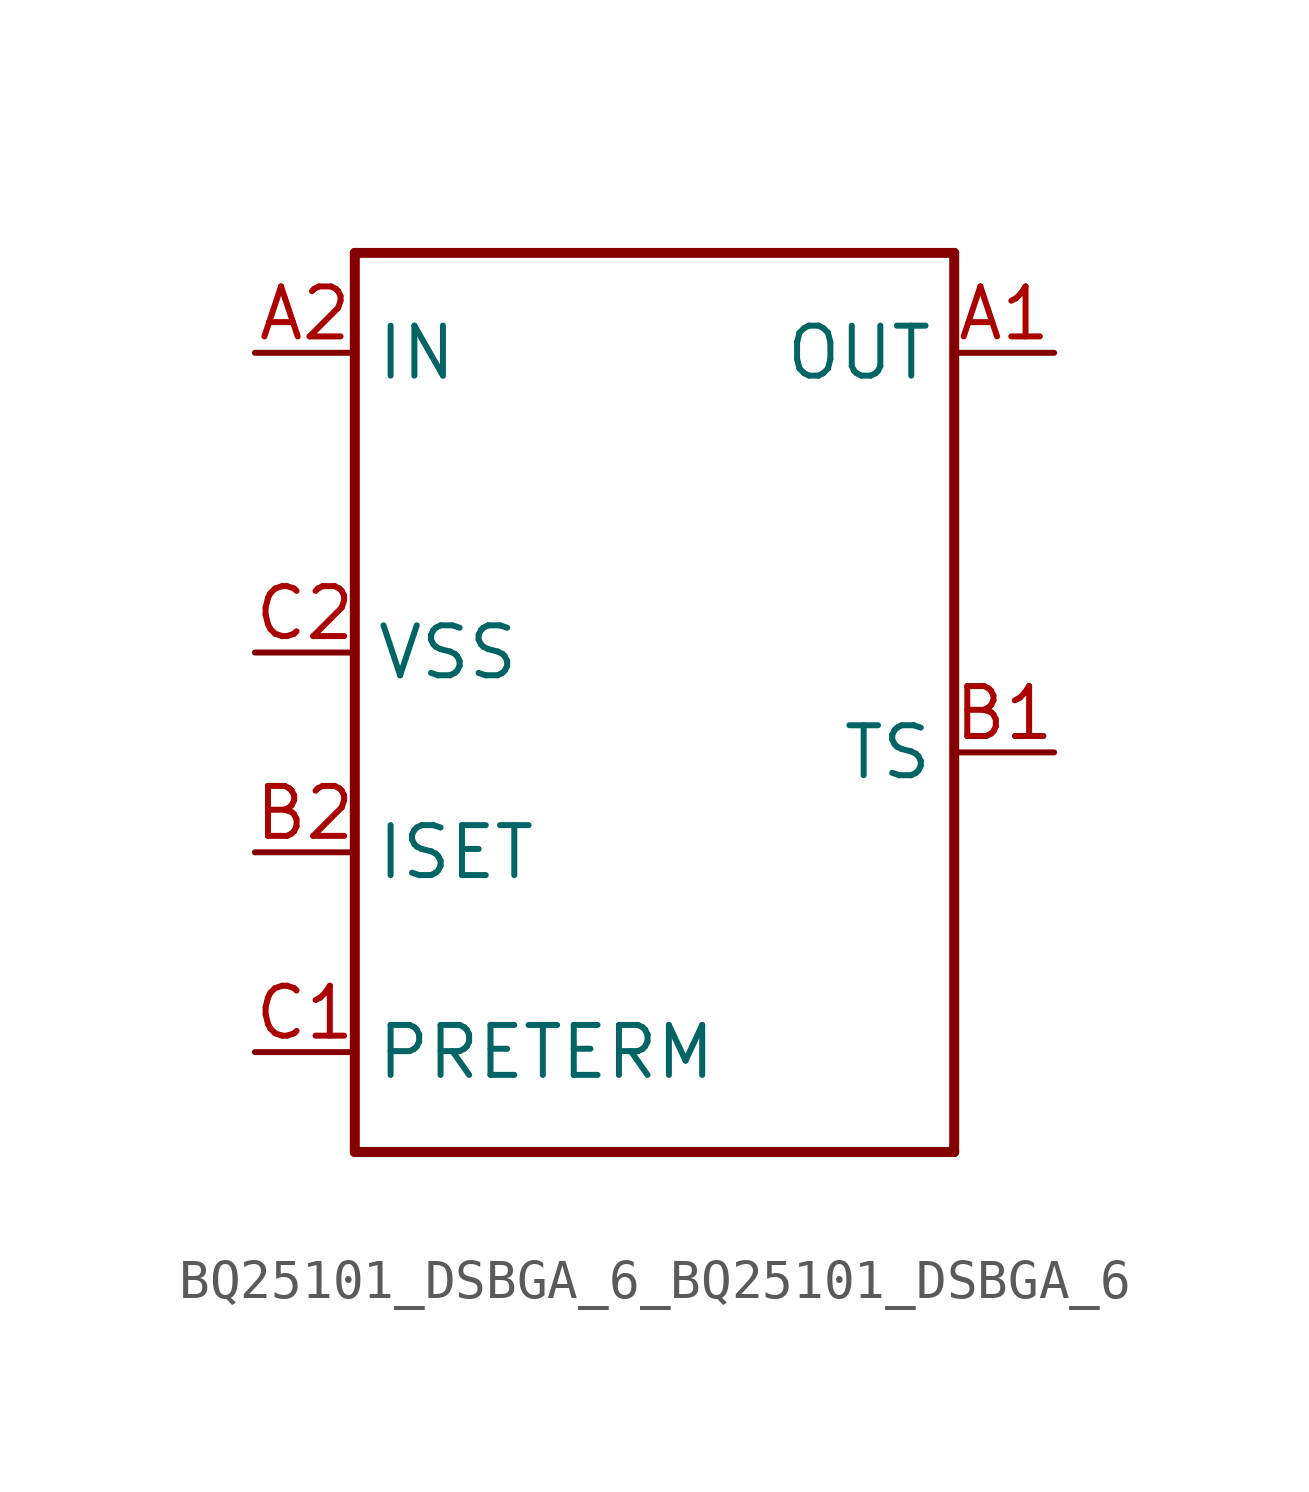
<source format=kicad_sym>
(kicad_symbol_lib
  (version 20231120)
  (generator "kicad_symbol_editor")
  (generator_version "8.0")
  (symbol "BQ25101_DSBGA_6_BQ25101_DSBGA_6"
    (property "Reference" "U"
      (at -10.16 12.7 0)
      (effects (font (size 1.778 1.511)) (justify left bottom) (hide yes)))
    (property "ki_locked" ""
      (at 0 0 0)
      (effects (font (size 1.27 1.27))))
    (symbol "BQ25101_DSBGA_6_BQ25101_DSBGA_6_1_0"
      (polyline (pts (xy -7.62 -10.16) (xy -7.62 12.7)) (stroke (width 0.254) (type solid)) (fill (type none)))
      (polyline (pts (xy -7.62 12.7) (xy 7.62 12.7)) (stroke (width 0.254) (type solid)) (fill (type none)))
      (polyline (pts (xy 7.62 -10.16) (xy -7.62 -10.16)) (stroke (width 0.254) (type solid)) (fill (type none)))
      (polyline (pts (xy 7.62 12.7) (xy 7.62 -10.16)) (stroke (width 0.254) (type solid)) (fill (type none)))
      (pin bidirectional line (at 10.16 10.16 180) (length 2.54) (name "OUT" (effects (font (size 1.27 1.27)))) (number "A1" (effects (font (size 1.27 1.27)))))
      (pin bidirectional line (at -10.16 10.16 0) (length 2.54) (name "IN" (effects (font (size 1.27 1.27)))) (number "A2" (effects (font (size 1.27 1.27)))))
      (pin bidirectional line (at 10.16 0 180) (length 2.54) (name "TS" (effects (font (size 1.27 1.27)))) (number "B1" (effects (font (size 1.27 1.27)))))
      (pin bidirectional line (at -10.16 -2.54 0) (length 2.54) (name "ISET" (effects (font (size 1.27 1.27)))) (number "B2" (effects (font (size 1.27 1.27)))))
      (pin bidirectional line (at -10.16 -7.62 0) (length 2.54) (name "PRETERM" (effects (font (size 1.27 1.27)))) (number "C1" (effects (font (size 1.27 1.27)))))
      (pin bidirectional line (at -10.16 2.54 0) (length 2.54) (name "VSS" (effects (font (size 1.27 1.27)))) (number "C2" (effects (font (size 1.27 1.27))))))))
</source>
